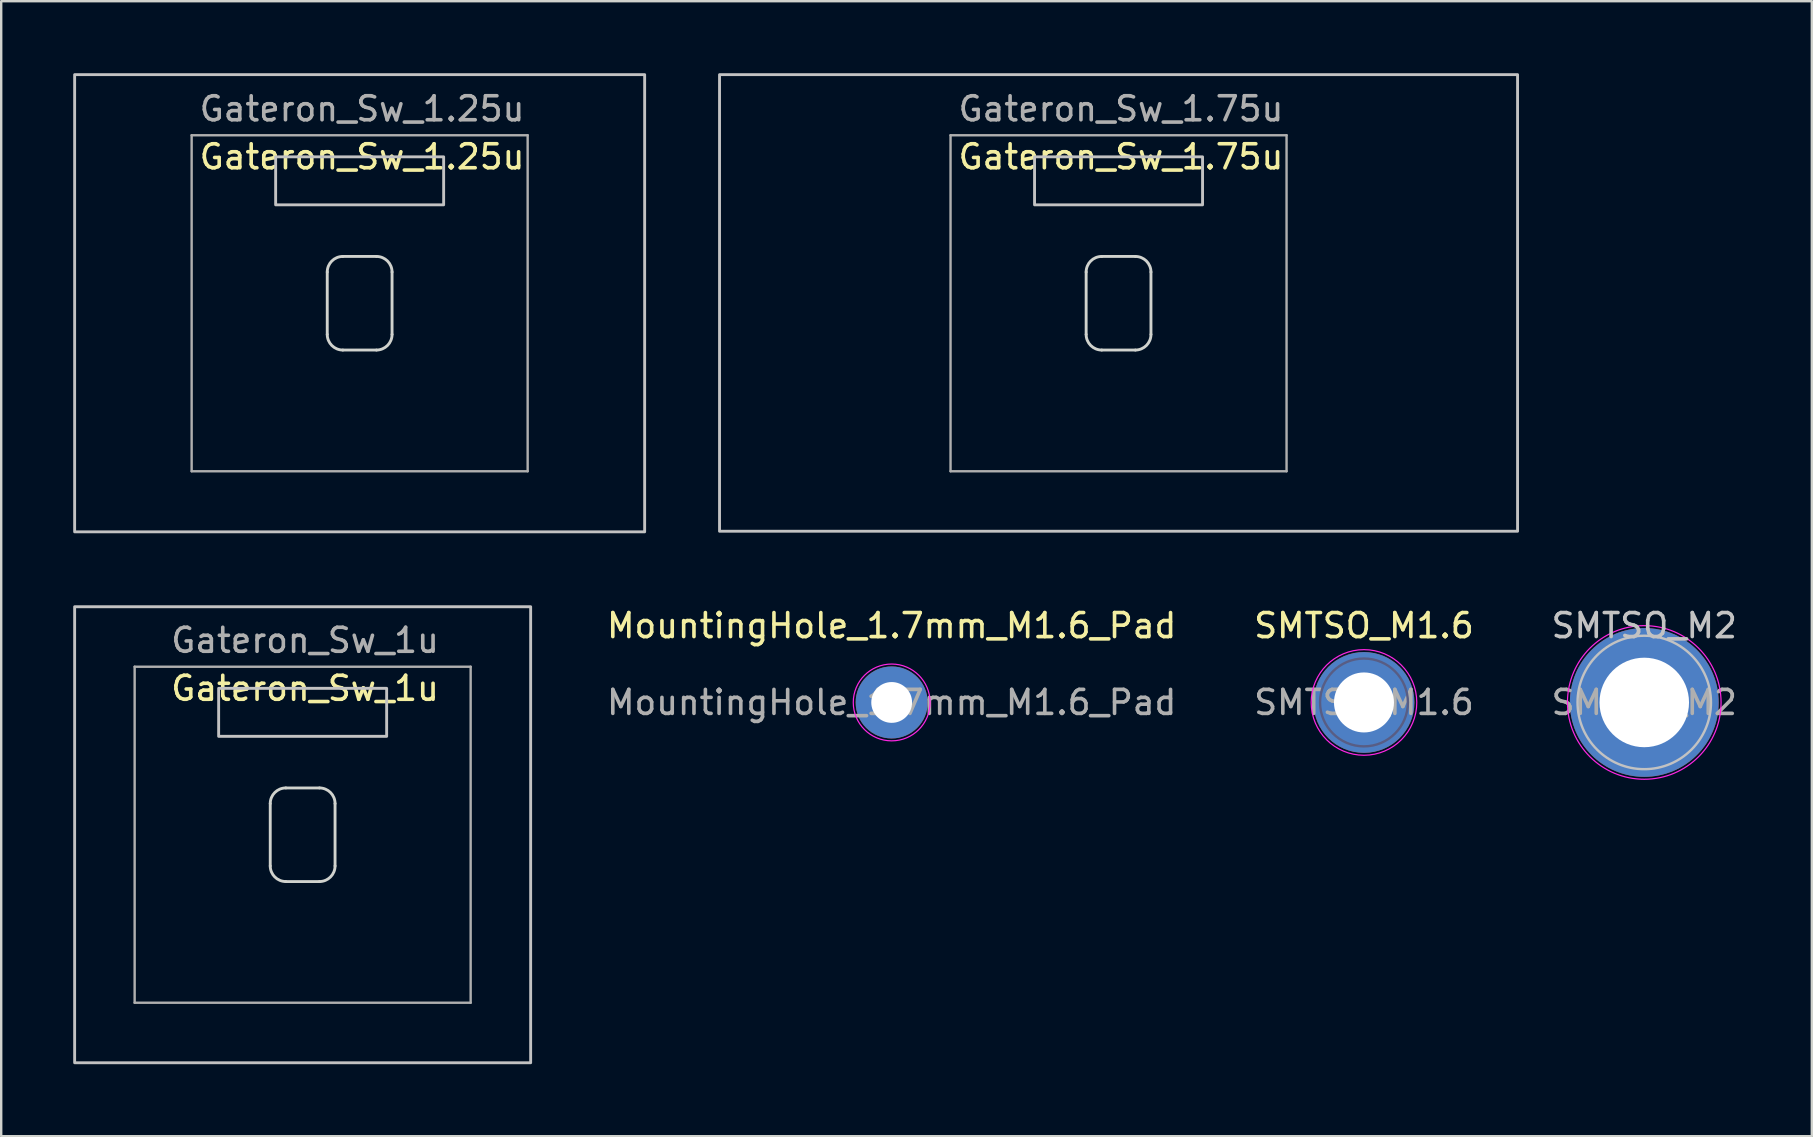
<source format=kicad_pcb>
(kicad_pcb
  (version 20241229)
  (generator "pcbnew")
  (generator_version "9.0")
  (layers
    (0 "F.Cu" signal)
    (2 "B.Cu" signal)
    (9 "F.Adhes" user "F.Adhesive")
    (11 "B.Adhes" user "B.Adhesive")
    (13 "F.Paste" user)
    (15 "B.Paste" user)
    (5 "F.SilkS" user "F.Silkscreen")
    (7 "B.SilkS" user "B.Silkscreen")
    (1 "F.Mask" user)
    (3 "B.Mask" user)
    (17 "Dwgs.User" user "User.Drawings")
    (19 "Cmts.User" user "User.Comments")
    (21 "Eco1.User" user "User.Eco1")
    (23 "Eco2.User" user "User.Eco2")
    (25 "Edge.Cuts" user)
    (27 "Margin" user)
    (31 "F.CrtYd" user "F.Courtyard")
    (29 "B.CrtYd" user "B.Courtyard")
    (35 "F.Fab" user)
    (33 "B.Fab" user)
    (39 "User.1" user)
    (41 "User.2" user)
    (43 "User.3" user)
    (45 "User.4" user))
  (footprint "SMTSO_M2"
    (layer "F.Cu")
    (at 65.459 26.218)
    (property "Reference" "SMTSO_M2" (at 0 -3.2 0) (layer "Dwgs.User") (effects (font (size 1 1) (thickness 0.15))))
    (attr exclude_from_pos_files exclude_from_bom)
    (fp_circle (center 0 0) (end 2.78 0) (stroke (width 0.1) (type solid)) (fill no) (layer "Dwgs.User"))
    (fp_circle (center 0 0) (end 3.2 0) (stroke (width 0.05) (type solid)) (fill no) (layer "F.CrtYd"))
    (fp_circle (center 0 0) (end 0 0) (stroke (width 0.1) (type solid)) (fill no) (layer "B.Fab"))
    (fp_text user "${REFERENCE}" (at 0 0 0) (layer "F.Fab") (effects (font (size 1 1) (thickness 0.15))))
    (pad "" thru_hole circle (at 0 0) (size 6.2 6.2) (drill 3.73) (layers "*.Cu" "*.Mask")))
  (footprint "MountingHole_1.7mm_M1.6_Pad"
    (layer "F.Cu")
    (at 34.102 26.218)
    (property "Reference" "MountingHole_1.7mm_M1.6_Pad" (at 0 -3.2 0) (layer "F.SilkS") (effects (font (size 1 1) (thickness 0.15))))
    (attr exclude_from_pos_files exclude_from_bom)
    (fp_circle (center 0 0) (end 1.6 0) (stroke (width 0.05) (type solid)) (fill no) (layer "F.CrtYd"))
    (fp_text user "${REFERENCE}" (at 0 0 0) (layer "F.Fab") (effects (font (size 1 1) (thickness 0.15))))
    (pad "1" thru_hole circle (at 0 0) (size 3 3) (drill 1.7) (layers "*.Cu" "*.Mask")))
  (footprint "Gateron_Sw_1u"
    (layer "F.Cu")
    (at 9.56 31.73)
    (property "Reference" "Gateron_Sw_1u" (at 0.1 -6.1 0) (layer "F.SilkS") (effects (font (size 1 1) (thickness 0.15))))
    (attr through_hole)
    (fp_rect (start -9.5 9.5) (end 9.5 -9.5) (stroke (width 0.12) (type solid)) (fill no) (layer "Dwgs.User"))
    (fp_rect (start -3.5 -6.1) (end 3.5 -4.1) (stroke (width 0.12) (type solid)) (fill no) (layer "Dwgs.User"))
    (fp_line (start -7 -7) (end -7 7) (stroke (width 0.1) (type solid)) (layer "Eco1.User"))
    (fp_line (start -7 7) (end 7 7) (stroke (width 0.1) (type solid)) (layer "Eco1.User"))
    (fp_line (start 7 -7) (end -7 -7) (stroke (width 0.1) (type solid)) (layer "Eco1.User"))
    (fp_line (start 7 7) (end 7 -7) (stroke (width 0.1) (type solid)) (layer "Eco1.User"))
    (fp_line (start -1.35 1.3) (end -1.35 -1.3) (stroke (width 0.12) (type solid)) (layer "Edge.Cuts"))
    (fp_line (start -0.7 -1.95) (end 0.7 -1.95) (stroke (width 0.12) (type solid)) (layer "Edge.Cuts"))
    (fp_line (start 0.7 1.95) (end -0.7 1.95) (stroke (width 0.12) (type solid)) (layer "Edge.Cuts"))
    (fp_line (start 1.35 -1.3) (end 1.35 1.3) (stroke (width 0.12) (type solid)) (layer "Edge.Cuts"))
    (fp_arc (start -1.35 -1.3) (mid -1.159619 -1.759619) (end -0.7 -1.95) (stroke (width 0.12) (type solid)) (layer "Edge.Cuts"))
    (fp_arc (start -0.7 1.95) (mid -1.159619 1.759619) (end -1.35 1.3) (stroke (width 0.12) (type solid)) (layer "Edge.Cuts"))
    (fp_arc (start 0.7 -1.95) (mid 1.159619 -1.759619) (end 1.35 -1.3) (stroke (width 0.12) (type solid)) (layer "Edge.Cuts"))
    (fp_arc (start 1.35 1.3) (mid 1.159619 1.759619) (end 0.7 1.95) (stroke (width 0.12) (type solid)) (layer "Edge.Cuts"))
    (fp_line (start -7 -7) (end -7 7) (stroke (width 0.1) (type solid)) (layer "F.Fab"))
    (fp_line (start -7 7) (end 7 7) (stroke (width 0.1) (type solid)) (layer "F.Fab"))
    (fp_line (start 7 -7) (end -7 -7) (stroke (width 0.1) (type solid)) (layer "F.Fab"))
    (fp_line (start 7 7) (end 7 -7) (stroke (width 0.1) (type solid)) (layer "F.Fab"))
    (fp_text user "${REFERENCE}" (at 0.1 -8.1 0) (layer "F.Fab") (effects (font (size 1 1) (thickness 0.15)))))
  (footprint "SMTSO_M1.6"
    (layer "F.Cu")
    (at 53.781 26.218)
    (property "Reference" "SMTSO_M1.6" (at 0 -3.2 0) (layer "F.SilkS") (effects (font (size 1 1) (thickness 0.15))))
    (attr exclude_from_pos_files exclude_from_bom)
    (fp_circle (center 0 0) (end 2.2 0) (stroke (width 0.05) (type solid)) (fill no) (layer "F.CrtYd"))
    (fp_circle (center 0 0) (end 1.83 0) (stroke (width 0.1) (type solid)) (fill no) (layer "B.Fab"))
    (fp_text user "${REFERENCE}" (at 0 0 0) (layer "F.Fab") (effects (font (size 1 1) (thickness 0.15))))
    (pad "" thru_hole circle (at 0 0) (size 4.2 4.2) (drill 2.5) (layers "*.Cu" "*.Mask")))
  (footprint "Gateron_Sw_1.75u"
    (layer "F.Cu")
    (at 43.555 9.585)
    (property "Reference" "Gateron_Sw_1.75u" (at 0.1 -6.1 0) (layer "F.SilkS") (effects (font (size 1 1) (thickness 0.15))))
    (attr through_hole)
    (fp_rect (start -16.625 -9.525) (end 16.625 9.5) (stroke (width 0.12) (type solid)) (fill no) (layer "Dwgs.User"))
    (fp_rect (start -3.5 -6.1) (end 3.5 -4.1) (stroke (width 0.12) (type solid)) (fill no) (layer "Dwgs.User"))
    (fp_line (start -7 -7) (end -7 7) (stroke (width 0.1) (type solid)) (layer "Eco1.User"))
    (fp_line (start -7 7) (end 7 7) (stroke (width 0.1) (type solid)) (layer "Eco1.User"))
    (fp_line (start 7 -7) (end -7 -7) (stroke (width 0.1) (type solid)) (layer "Eco1.User"))
    (fp_line (start 7 7) (end 7 -7) (stroke (width 0.1) (type solid)) (layer "Eco1.User"))
    (fp_line (start -1.35 1.3) (end -1.35 -1.3) (stroke (width 0.12) (type solid)) (layer "Edge.Cuts"))
    (fp_line (start -0.7 -1.95) (end 0.7 -1.95) (stroke (width 0.12) (type solid)) (layer "Edge.Cuts"))
    (fp_line (start 0.7 1.95) (end -0.7 1.95) (stroke (width 0.12) (type solid)) (layer "Edge.Cuts"))
    (fp_line (start 1.35 -1.3) (end 1.35 1.3) (stroke (width 0.12) (type solid)) (layer "Edge.Cuts"))
    (fp_arc (start -1.35 -1.3) (mid -1.159619 -1.759619) (end -0.7 -1.95) (stroke (width 0.12) (type solid)) (layer "Edge.Cuts"))
    (fp_arc (start -0.7 1.95) (mid -1.159619 1.759619) (end -1.35 1.3) (stroke (width 0.12) (type solid)) (layer "Edge.Cuts"))
    (fp_arc (start 0.7 -1.95) (mid 1.159619 -1.759619) (end 1.35 -1.3) (stroke (width 0.12) (type solid)) (layer "Edge.Cuts"))
    (fp_arc (start 1.35 1.3) (mid 1.159619 1.759619) (end 0.7 1.95) (stroke (width 0.12) (type solid)) (layer "Edge.Cuts"))
    (fp_line (start -7 -7) (end -7 7) (stroke (width 0.1) (type solid)) (layer "F.Fab"))
    (fp_line (start -7 7) (end 7 7) (stroke (width 0.1) (type solid)) (layer "F.Fab"))
    (fp_line (start 7 -7) (end -7 -7) (stroke (width 0.1) (type solid)) (layer "F.Fab"))
    (fp_line (start 7 7) (end 7 -7) (stroke (width 0.1) (type solid)) (layer "F.Fab"))
    (fp_text user "${REFERENCE}" (at 0.1 -8.1 0) (layer "F.Fab") (effects (font (size 1 1) (thickness 0.15)))))
  (footprint "Gateron_Sw_1.25u"
    (layer "F.Cu")
    (at 11.935 9.585)
    (property "Reference" "Gateron_Sw_1.25u" (at 0.1 -6.1 0) (layer "F.SilkS") (effects (font (size 1 1) (thickness 0.15))))
    (attr through_hole)
    (fp_rect (start -11.875 -9.525) (end 11.875 9.525) (stroke (width 0.12) (type solid)) (fill no) (layer "Dwgs.User"))
    (fp_rect (start -3.5 -6.1) (end 3.5 -4.1) (stroke (width 0.12) (type solid)) (fill no) (layer "Dwgs.User"))
    (fp_line (start -7 -7) (end -7 7) (stroke (width 0.1) (type solid)) (layer "Eco1.User"))
    (fp_line (start -7 7) (end 7 7) (stroke (width 0.1) (type solid)) (layer "Eco1.User"))
    (fp_line (start 7 -7) (end -7 -7) (stroke (width 0.1) (type solid)) (layer "Eco1.User"))
    (fp_line (start 7 7) (end 7 -7) (stroke (width 0.1) (type solid)) (layer "Eco1.User"))
    (fp_line (start -1.35 1.3) (end -1.35 -1.3) (stroke (width 0.12) (type solid)) (layer "Edge.Cuts"))
    (fp_line (start -0.7 -1.95) (end 0.7 -1.95) (stroke (width 0.12) (type solid)) (layer "Edge.Cuts"))
    (fp_line (start 0.7 1.95) (end -0.7 1.95) (stroke (width 0.12) (type solid)) (layer "Edge.Cuts"))
    (fp_line (start 1.35 -1.3) (end 1.35 1.3) (stroke (width 0.12) (type solid)) (layer "Edge.Cuts"))
    (fp_arc (start -1.35 -1.3) (mid -1.159619 -1.759619) (end -0.7 -1.95) (stroke (width 0.12) (type solid)) (layer "Edge.Cuts"))
    (fp_arc (start -0.7 1.95) (mid -1.159619 1.759619) (end -1.35 1.3) (stroke (width 0.12) (type solid)) (layer "Edge.Cuts"))
    (fp_arc (start 0.7 -1.95) (mid 1.159619 -1.759619) (end 1.35 -1.3) (stroke (width 0.12) (type solid)) (layer "Edge.Cuts"))
    (fp_arc (start 1.35 1.3) (mid 1.159619 1.759619) (end 0.7 1.95) (stroke (width 0.12) (type solid)) (layer "Edge.Cuts"))
    (fp_line (start -7 -7) (end -7 7) (stroke (width 0.1) (type solid)) (layer "F.Fab"))
    (fp_line (start -7 7) (end 7 7) (stroke (width 0.1) (type solid)) (layer "F.Fab"))
    (fp_line (start 7 -7) (end -7 -7) (stroke (width 0.1) (type solid)) (layer "F.Fab"))
    (fp_line (start 7 7) (end 7 -7) (stroke (width 0.1) (type solid)) (layer "F.Fab"))
    (fp_text user "${REFERENCE}" (at 0.1 -8.1 0) (layer "F.Fab") (effects (font (size 1 1) (thickness 0.15)))))
  (gr_rect
    (start -3 -3)
    (end 72.441 44.29)
    (stroke (width 0.1) (type default))
    (fill no)
    (layer "Edge.Cuts")))
</source>
